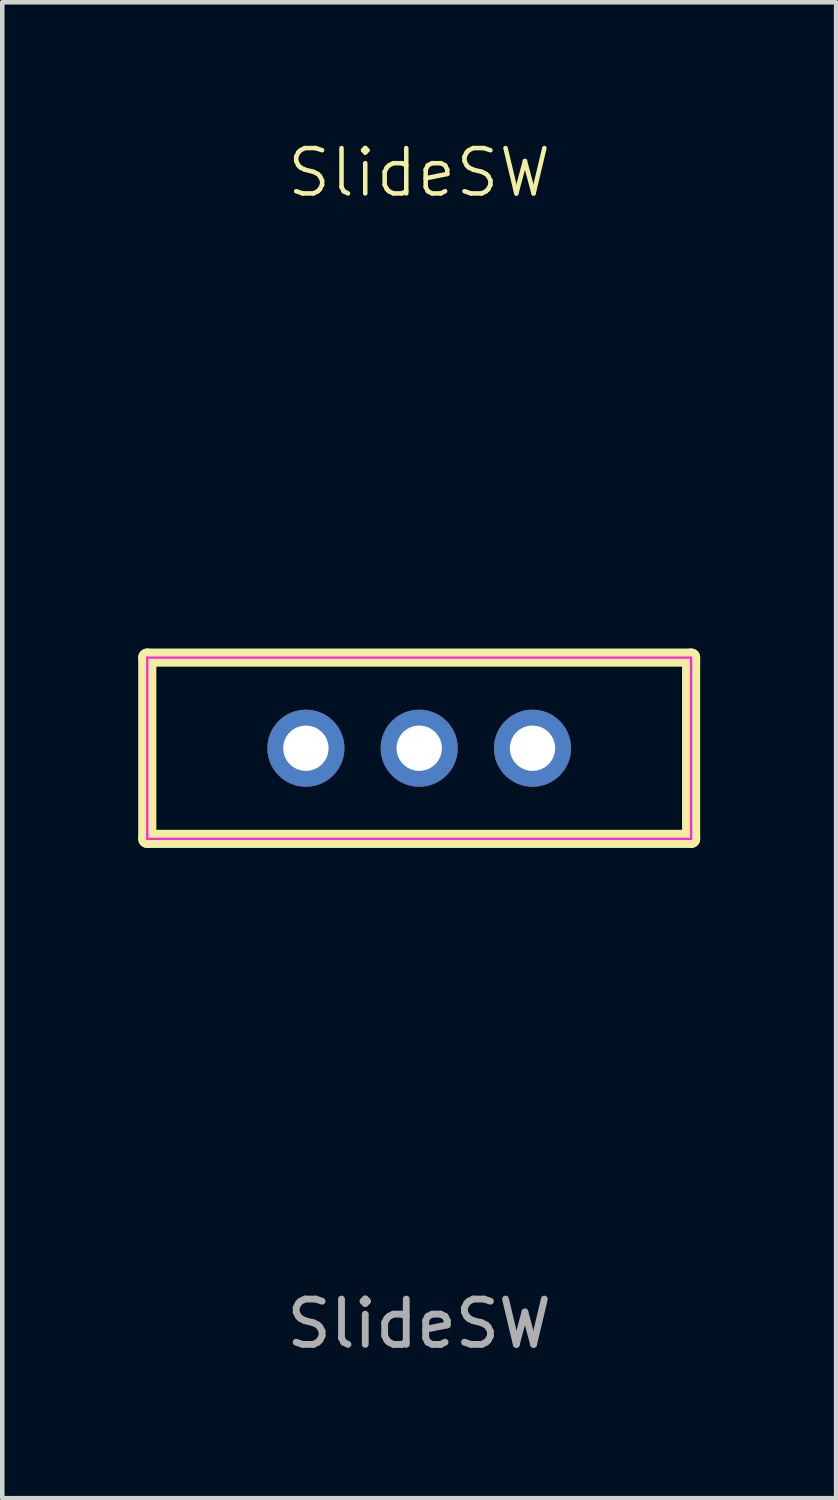
<source format=kicad_pcb>
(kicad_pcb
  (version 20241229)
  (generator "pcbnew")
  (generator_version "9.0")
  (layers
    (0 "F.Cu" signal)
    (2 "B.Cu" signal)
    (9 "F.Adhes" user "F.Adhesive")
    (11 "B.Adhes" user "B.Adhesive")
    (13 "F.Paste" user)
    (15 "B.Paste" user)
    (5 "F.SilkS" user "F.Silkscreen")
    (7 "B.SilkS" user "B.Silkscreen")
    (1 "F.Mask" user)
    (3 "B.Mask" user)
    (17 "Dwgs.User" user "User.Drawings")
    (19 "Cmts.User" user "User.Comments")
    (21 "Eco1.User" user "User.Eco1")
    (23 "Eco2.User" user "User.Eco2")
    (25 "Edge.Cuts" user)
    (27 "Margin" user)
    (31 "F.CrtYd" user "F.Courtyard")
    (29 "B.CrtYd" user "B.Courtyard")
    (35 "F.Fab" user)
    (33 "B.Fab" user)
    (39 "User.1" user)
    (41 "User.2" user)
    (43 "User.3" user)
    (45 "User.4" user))
  (footprint "SlideSW"
    (layer "F.Cu")
    (at 6.2 13.46)
    (property "Reference" "SlideSW" (at 0 -12.7 0) (unlocked yes) (layer "F.SilkS") (effects (font (size 1 1) (thickness 0.1))))
    (attr through_hole)
    (fp_line (start -6 -2) (end -6 2) (stroke (width 0.4) (type default)) (layer "F.SilkS"))
    (fp_line (start -6 2) (end 6 2) (stroke (width 0.4) (type default)) (layer "F.SilkS"))
    (fp_line (start 6 -2) (end -6 -2) (stroke (width 0.4) (type default)) (layer "F.SilkS"))
    (fp_line (start 6 -2) (end 6 2) (stroke (width 0.4) (type default)) (layer "F.SilkS"))
    (fp_line (start -6 -2) (end -6 2) (stroke (width 0.05) (type default)) (layer "F.CrtYd"))
    (fp_line (start -6 2) (end 6 2) (stroke (width 0.05) (type default)) (layer "F.CrtYd"))
    (fp_line (start 6 -2) (end -6 -2) (stroke (width 0.05) (type default)) (layer "F.CrtYd"))
    (fp_line (start 6 2) (end 6 -2) (stroke (width 0.05) (type default)) (layer "F.CrtYd"))
    (fp_text user "${REFERENCE}" (at 0 12.7 0) (unlocked yes) (layer "F.Fab") (effects (font (size 1 1) (thickness 0.15))))
    (pad "1" thru_hole circle (at -2.5 0) (size 1.7 1.7) (drill 1) (layers "*.Cu" "*.Mask"))
    (pad "2" thru_hole circle (at 0 0) (size 1.7 1.7) (drill 1) (layers "*.Cu" "*.Mask"))
    (pad "3" thru_hole circle (at 2.5 0) (size 1.7 1.7) (drill 1) (layers "*.Cu" "*.Mask")))
  (gr_rect
    (start -3 -3)
    (end 15.4 30.009)
    (stroke (width 0.1) (type default))
    (fill no)
    (layer "Edge.Cuts")))
</source>
